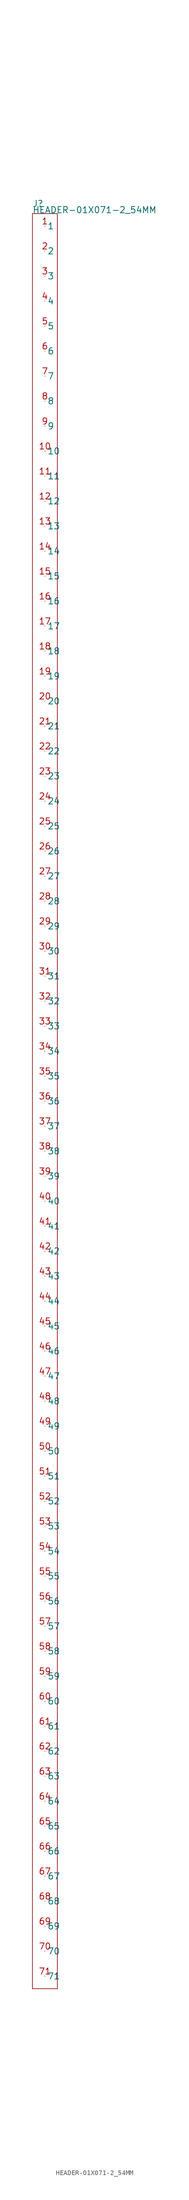
<source format=kicad_sym>
(kicad_symbol_lib
  (version 20211014)
  (generator kicad_symbol_editor)
  (symbol "HEADER-01X071-2_54MM"
    (pin_names)
    (property "Reference" "J"
      (at -2.54 181.61 0)
      (effects (font (size 1.27 1.27)) (justify left bottom)))
    (property "Value" "HEADER-01X071-2_54MM"
      (at -2.54 180.34 0)
      (effects (font (size 1.27 1.27)) (justify left bottom)))
    (property "Datasheet" ""
      (at 0 0 0))
    (property "ki_description" "Header 1x71  - Header Vertical 71POS 2.54MM Technical Specifications: Pitch: 0.1\" (2.54mm) "
      (at 0 0 0))
    (property "ki_fp_filters" "FlashPCB_Connectors:HEADER-THT-01X071-2_54MM FlashPCB_Connectors:HEADER-THT-LONG-01X071-2_54MM FlashPCB_Connectors:HEADER-THT-NOSILK-01X071-2_54MM FlashPCB_Connectors:HEADER-THT-LONG-NOSILK-01X071-2_54MM"
      (at 0 0 0))
    (symbol "HEADER-01X071-2_54MM_1_1"
      (polyline (pts (xy -2.54 180.34) (xy 2.54 180.34)) (stroke (width 0.127)) (fill (type none)))
      (polyline (pts (xy 2.54 180.34) (xy 2.54 -180.34)) (stroke (width 0.127)) (fill (type none)))
      (polyline (pts (xy 2.54 -180.34) (xy -2.54 -180.34)) (stroke (width 0.127)) (fill (type none)))
      (polyline (pts (xy -2.54 -180.34) (xy -2.54 180.34)) (stroke (width 0.127)) (fill (type none)))
      (pin bidirectional line (at 0 177.8 0) (length 0) (name "1" (effects (font (size 1.27 1.27)))) (number "1" (effects (font (size 1.27 1.27)))))
      (pin bidirectional line (at 0 172.72 0) (length 0) (name "2" (effects (font (size 1.27 1.27)))) (number "2" (effects (font (size 1.27 1.27)))))
      (pin bidirectional line (at 0 167.64 0) (length 0) (name "3" (effects (font (size 1.27 1.27)))) (number "3" (effects (font (size 1.27 1.27)))))
      (pin bidirectional line (at 0 162.56 0) (length 0) (name "4" (effects (font (size 1.27 1.27)))) (number "4" (effects (font (size 1.27 1.27)))))
      (pin bidirectional line (at 0 157.48 0) (length 0) (name "5" (effects (font (size 1.27 1.27)))) (number "5" (effects (font (size 1.27 1.27)))))
      (pin bidirectional line (at 0 152.4 0) (length 0) (name "6" (effects (font (size 1.27 1.27)))) (number "6" (effects (font (size 1.27 1.27)))))
      (pin bidirectional line (at 0 147.32 0) (length 0) (name "7" (effects (font (size 1.27 1.27)))) (number "7" (effects (font (size 1.27 1.27)))))
      (pin bidirectional line (at 0 142.24 0) (length 0) (name "8" (effects (font (size 1.27 1.27)))) (number "8" (effects (font (size 1.27 1.27)))))
      (pin bidirectional line (at 0 137.16 0) (length 0) (name "9" (effects (font (size 1.27 1.27)))) (number "9" (effects (font (size 1.27 1.27)))))
      (pin bidirectional line (at 0 132.08 0) (length 0) (name "10" (effects (font (size 1.27 1.27)))) (number "10" (effects (font (size 1.27 1.27)))))
      (pin bidirectional line (at 0 127 0) (length 0) (name "11" (effects (font (size 1.27 1.27)))) (number "11" (effects (font (size 1.27 1.27)))))
      (pin bidirectional line (at 0 121.92 0) (length 0) (name "12" (effects (font (size 1.27 1.27)))) (number "12" (effects (font (size 1.27 1.27)))))
      (pin bidirectional line (at 0 116.84 0) (length 0) (name "13" (effects (font (size 1.27 1.27)))) (number "13" (effects (font (size 1.27 1.27)))))
      (pin bidirectional line (at 0 111.76 0) (length 0) (name "14" (effects (font (size 1.27 1.27)))) (number "14" (effects (font (size 1.27 1.27)))))
      (pin bidirectional line (at 0 106.68 0) (length 0) (name "15" (effects (font (size 1.27 1.27)))) (number "15" (effects (font (size 1.27 1.27)))))
      (pin bidirectional line (at 0 101.6 0) (length 0) (name "16" (effects (font (size 1.27 1.27)))) (number "16" (effects (font (size 1.27 1.27)))))
      (pin bidirectional line (at 0 96.52 0) (length 0) (name "17" (effects (font (size 1.27 1.27)))) (number "17" (effects (font (size 1.27 1.27)))))
      (pin bidirectional line (at 0 91.44 0) (length 0) (name "18" (effects (font (size 1.27 1.27)))) (number "18" (effects (font (size 1.27 1.27)))))
      (pin bidirectional line (at 0 86.36 0) (length 0) (name "19" (effects (font (size 1.27 1.27)))) (number "19" (effects (font (size 1.27 1.27)))))
      (pin bidirectional line (at 0 81.28 0) (length 0) (name "20" (effects (font (size 1.27 1.27)))) (number "20" (effects (font (size 1.27 1.27)))))
      (pin bidirectional line (at 0 76.2 0) (length 0) (name "21" (effects (font (size 1.27 1.27)))) (number "21" (effects (font (size 1.27 1.27)))))
      (pin bidirectional line (at 0 71.12 0) (length 0) (name "22" (effects (font (size 1.27 1.27)))) (number "22" (effects (font (size 1.27 1.27)))))
      (pin bidirectional line (at 0 66.04 0) (length 0) (name "23" (effects (font (size 1.27 1.27)))) (number "23" (effects (font (size 1.27 1.27)))))
      (pin bidirectional line (at 0 60.96 0) (length 0) (name "24" (effects (font (size 1.27 1.27)))) (number "24" (effects (font (size 1.27 1.27)))))
      (pin bidirectional line (at 0 55.88 0) (length 0) (name "25" (effects (font (size 1.27 1.27)))) (number "25" (effects (font (size 1.27 1.27)))))
      (pin bidirectional line (at 0 50.8 0) (length 0) (name "26" (effects (font (size 1.27 1.27)))) (number "26" (effects (font (size 1.27 1.27)))))
      (pin bidirectional line (at 0 45.72 0) (length 0) (name "27" (effects (font (size 1.27 1.27)))) (number "27" (effects (font (size 1.27 1.27)))))
      (pin bidirectional line (at 0 40.64 0) (length 0) (name "28" (effects (font (size 1.27 1.27)))) (number "28" (effects (font (size 1.27 1.27)))))
      (pin bidirectional line (at 0 35.56 0) (length 0) (name "29" (effects (font (size 1.27 1.27)))) (number "29" (effects (font (size 1.27 1.27)))))
      (pin bidirectional line (at 0 30.48 0) (length 0) (name "30" (effects (font (size 1.27 1.27)))) (number "30" (effects (font (size 1.27 1.27)))))
      (pin bidirectional line (at 0 25.4 0) (length 0) (name "31" (effects (font (size 1.27 1.27)))) (number "31" (effects (font (size 1.27 1.27)))))
      (pin bidirectional line (at 0 20.32 0) (length 0) (name "32" (effects (font (size 1.27 1.27)))) (number "32" (effects (font (size 1.27 1.27)))))
      (pin bidirectional line (at 0 15.24 0) (length 0) (name "33" (effects (font (size 1.27 1.27)))) (number "33" (effects (font (size 1.27 1.27)))))
      (pin bidirectional line (at 0 10.16 0) (length 0) (name "34" (effects (font (size 1.27 1.27)))) (number "34" (effects (font (size 1.27 1.27)))))
      (pin bidirectional line (at 0 5.08 0) (length 0) (name "35" (effects (font (size 1.27 1.27)))) (number "35" (effects (font (size 1.27 1.27)))))
      (pin bidirectional line (at 0 0 0) (length 0) (name "36" (effects (font (size 1.27 1.27)))) (number "36" (effects (font (size 1.27 1.27)))))
      (pin bidirectional line (at 0 -5.08 0) (length 0) (name "37" (effects (font (size 1.27 1.27)))) (number "37" (effects (font (size 1.27 1.27)))))
      (pin bidirectional line (at 0 -10.16 0) (length 0) (name "38" (effects (font (size 1.27 1.27)))) (number "38" (effects (font (size 1.27 1.27)))))
      (pin bidirectional line (at 0 -15.24 0) (length 0) (name "39" (effects (font (size 1.27 1.27)))) (number "39" (effects (font (size 1.27 1.27)))))
      (pin bidirectional line (at 0 -20.32 0) (length 0) (name "40" (effects (font (size 1.27 1.27)))) (number "40" (effects (font (size 1.27 1.27)))))
      (pin bidirectional line (at 0 -25.4 0) (length 0) (name "41" (effects (font (size 1.27 1.27)))) (number "41" (effects (font (size 1.27 1.27)))))
      (pin bidirectional line (at 0 -30.48 0) (length 0) (name "42" (effects (font (size 1.27 1.27)))) (number "42" (effects (font (size 1.27 1.27)))))
      (pin bidirectional line (at 0 -35.56 0) (length 0) (name "43" (effects (font (size 1.27 1.27)))) (number "43" (effects (font (size 1.27 1.27)))))
      (pin bidirectional line (at 0 -40.64 0) (length 0) (name "44" (effects (font (size 1.27 1.27)))) (number "44" (effects (font (size 1.27 1.27)))))
      (pin bidirectional line (at 0 -45.72 0) (length 0) (name "45" (effects (font (size 1.27 1.27)))) (number "45" (effects (font (size 1.27 1.27)))))
      (pin bidirectional line (at 0 -50.8 0) (length 0) (name "46" (effects (font (size 1.27 1.27)))) (number "46" (effects (font (size 1.27 1.27)))))
      (pin bidirectional line (at 0 -55.88 0) (length 0) (name "47" (effects (font (size 1.27 1.27)))) (number "47" (effects (font (size 1.27 1.27)))))
      (pin bidirectional line (at 0 -60.96 0) (length 0) (name "48" (effects (font (size 1.27 1.27)))) (number "48" (effects (font (size 1.27 1.27)))))
      (pin bidirectional line (at 0 -66.04 0) (length 0) (name "49" (effects (font (size 1.27 1.27)))) (number "49" (effects (font (size 1.27 1.27)))))
      (pin bidirectional line (at 0 -71.12 0) (length 0) (name "50" (effects (font (size 1.27 1.27)))) (number "50" (effects (font (size 1.27 1.27)))))
      (pin bidirectional line (at 0 -76.2 0) (length 0) (name "51" (effects (font (size 1.27 1.27)))) (number "51" (effects (font (size 1.27 1.27)))))
      (pin bidirectional line (at 0 -81.28 0) (length 0) (name "52" (effects (font (size 1.27 1.27)))) (number "52" (effects (font (size 1.27 1.27)))))
      (pin bidirectional line (at 0 -86.36 0) (length 0) (name "53" (effects (font (size 1.27 1.27)))) (number "53" (effects (font (size 1.27 1.27)))))
      (pin bidirectional line (at 0 -91.44 0) (length 0) (name "54" (effects (font (size 1.27 1.27)))) (number "54" (effects (font (size 1.27 1.27)))))
      (pin bidirectional line (at 0 -96.52 0) (length 0) (name "55" (effects (font (size 1.27 1.27)))) (number "55" (effects (font (size 1.27 1.27)))))
      (pin bidirectional line (at 0 -101.6 0) (length 0) (name "56" (effects (font (size 1.27 1.27)))) (number "56" (effects (font (size 1.27 1.27)))))
      (pin bidirectional line (at 0 -106.68 0) (length 0) (name "57" (effects (font (size 1.27 1.27)))) (number "57" (effects (font (size 1.27 1.27)))))
      (pin bidirectional line (at 0 -111.76 0) (length 0) (name "58" (effects (font (size 1.27 1.27)))) (number "58" (effects (font (size 1.27 1.27)))))
      (pin bidirectional line (at 0 -116.84 0) (length 0) (name "59" (effects (font (size 1.27 1.27)))) (number "59" (effects (font (size 1.27 1.27)))))
      (pin bidirectional line (at 0 -121.92 0) (length 0) (name "60" (effects (font (size 1.27 1.27)))) (number "60" (effects (font (size 1.27 1.27)))))
      (pin bidirectional line (at 0 -127 0) (length 0) (name "61" (effects (font (size 1.27 1.27)))) (number "61" (effects (font (size 1.27 1.27)))))
      (pin bidirectional line (at 0 -132.08 0) (length 0) (name "62" (effects (font (size 1.27 1.27)))) (number "62" (effects (font (size 1.27 1.27)))))
      (pin bidirectional line (at 0 -137.16 0) (length 0) (name "63" (effects (font (size 1.27 1.27)))) (number "63" (effects (font (size 1.27 1.27)))))
      (pin bidirectional line (at 0 -142.24 0) (length 0) (name "64" (effects (font (size 1.27 1.27)))) (number "64" (effects (font (size 1.27 1.27)))))
      (pin bidirectional line (at 0 -147.32 0) (length 0) (name "65" (effects (font (size 1.27 1.27)))) (number "65" (effects (font (size 1.27 1.27)))))
      (pin bidirectional line (at 0 -152.4 0) (length 0) (name "66" (effects (font (size 1.27 1.27)))) (number "66" (effects (font (size 1.27 1.27)))))
      (pin bidirectional line (at 0 -157.48 0) (length 0) (name "67" (effects (font (size 1.27 1.27)))) (number "67" (effects (font (size 1.27 1.27)))))
      (pin bidirectional line (at 0 -162.56 0) (length 0) (name "68" (effects (font (size 1.27 1.27)))) (number "68" (effects (font (size 1.27 1.27)))))
      (pin bidirectional line (at 0 -167.64 0) (length 0) (name "69" (effects (font (size 1.27 1.27)))) (number "69" (effects (font (size 1.27 1.27)))))
      (pin bidirectional line (at 0 -172.72 0) (length 0) (name "70" (effects (font (size 1.27 1.27)))) (number "70" (effects (font (size 1.27 1.27)))))
      (pin bidirectional line (at 0 -177.8 0) (length 0) (name "71" (effects (font (size 1.27 1.27)))) (number "71" (effects (font (size 1.27 1.27))))))))
</source>
